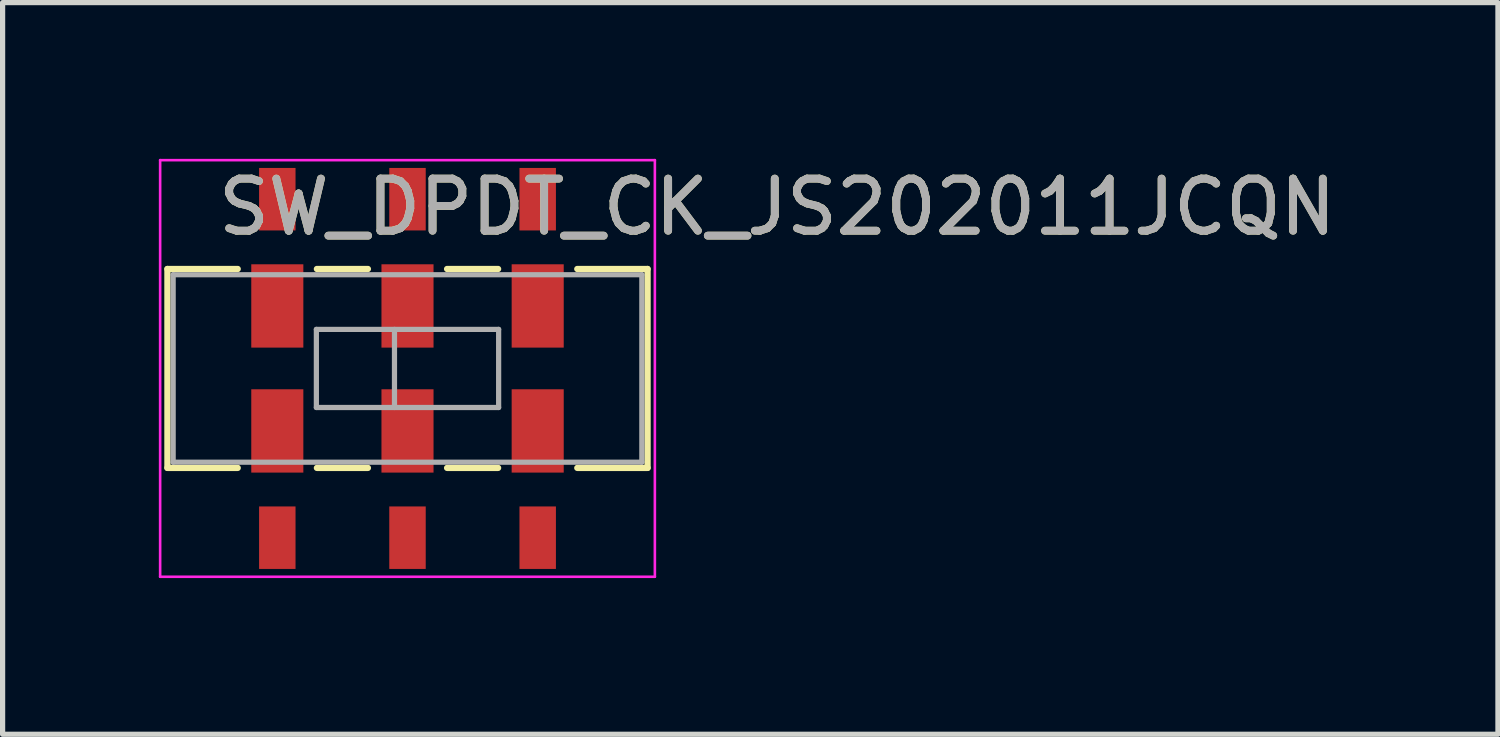
<source format=kicad_pcb>
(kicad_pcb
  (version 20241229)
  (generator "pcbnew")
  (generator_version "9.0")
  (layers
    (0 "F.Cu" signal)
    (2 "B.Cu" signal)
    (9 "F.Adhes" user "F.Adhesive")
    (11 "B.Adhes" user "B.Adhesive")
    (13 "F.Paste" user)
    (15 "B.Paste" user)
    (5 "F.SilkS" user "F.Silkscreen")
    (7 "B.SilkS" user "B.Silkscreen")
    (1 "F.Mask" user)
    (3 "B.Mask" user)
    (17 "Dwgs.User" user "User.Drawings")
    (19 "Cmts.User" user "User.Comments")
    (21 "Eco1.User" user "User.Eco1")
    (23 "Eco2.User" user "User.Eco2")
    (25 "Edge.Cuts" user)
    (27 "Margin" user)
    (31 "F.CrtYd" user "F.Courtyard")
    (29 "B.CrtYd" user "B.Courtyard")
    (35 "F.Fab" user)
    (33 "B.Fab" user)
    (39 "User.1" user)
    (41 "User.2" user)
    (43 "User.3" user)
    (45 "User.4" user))
  (footprint "SW_DPDT_CK_JS202011JCQN"
    (layer "F.Cu")
    (at 4.775 4.025)
    (property "Reference" "SW_DPDT_CK_JS202011JCQN" (at 7.1 -3.1 0) (layer "F.SilkS") (effects (font (size 1 1) (thickness 0.15))))
    (attr smd)
    (fp_line (start -4.61 -1.91) (end -4.61 1.91) (stroke (width 0.12) (type solid)) (layer "F.SilkS"))
    (fp_line (start -4.61 1.91) (end -3.26 1.91) (stroke (width 0.12) (type solid)) (layer "F.SilkS"))
    (fp_line (start -3.26 -1.91) (end -4.61 -1.91) (stroke (width 0.12) (type solid)) (layer "F.SilkS"))
    (fp_line (start -0.76 -1.91) (end -1.74 -1.91) (stroke (width 0.12) (type solid)) (layer "F.SilkS"))
    (fp_line (start -0.76 1.91) (end -1.74 1.91) (stroke (width 0.12) (type solid)) (layer "F.SilkS"))
    (fp_line (start 1.74 -1.91) (end 0.76 -1.91) (stroke (width 0.12) (type solid)) (layer "F.SilkS"))
    (fp_line (start 1.74 1.91) (end 0.76 1.91) (stroke (width 0.12) (type solid)) (layer "F.SilkS"))
    (fp_line (start 4.61 -1.91) (end 3.26 -1.91) (stroke (width 0.12) (type solid)) (layer "F.SilkS"))
    (fp_line (start 4.61 -1.91) (end 4.61 1.91) (stroke (width 0.12) (type solid)) (layer "F.SilkS"))
    (fp_line (start 4.61 1.91) (end 3.26 1.91) (stroke (width 0.12) (type solid)) (layer "F.SilkS"))
    (fp_line (start -4.75 -4) (end -4.75 4) (stroke (width 0.05) (type solid)) (layer "F.CrtYd"))
    (fp_line (start -4.75 -4) (end 4.75 -4) (stroke (width 0.05) (type solid)) (layer "F.CrtYd"))
    (fp_line (start 4.75 -4) (end 4.75 4) (stroke (width 0.05) (type solid)) (layer "F.CrtYd"))
    (fp_line (start 4.75 4) (end -4.75 4) (stroke (width 0.05) (type solid)) (layer "F.CrtYd"))
    (fp_line (start -4.5 -1.8) (end 4.5 -1.8) (stroke (width 0.1) (type solid)) (layer "F.Fab"))
    (fp_line (start -4.5 1.8) (end -4.5 -1.8) (stroke (width 0.1) (type solid)) (layer "F.Fab"))
    (fp_line (start -1.75 -0.75) (end -1.75 0.75) (stroke (width 0.1) (type solid)) (layer "F.Fab"))
    (fp_line (start -1.75 -0.75) (end 1.75 -0.75) (stroke (width 0.1) (type solid)) (layer "F.Fab"))
    (fp_line (start -0.25 -0.75) (end -0.25 0.75) (stroke (width 0.1) (type solid)) (layer "F.Fab"))
    (fp_line (start 1.75 -0.75) (end 1.75 0.75) (stroke (width 0.1) (type solid)) (layer "F.Fab"))
    (fp_line (start 1.75 0.75) (end -1.75 0.75) (stroke (width 0.1) (type solid)) (layer "F.Fab"))
    (fp_line (start 4.5 -1.8) (end 4.5 1.8) (stroke (width 0.1) (type solid)) (layer "F.Fab"))
    (fp_line (start 4.5 1.8) (end -4.5 1.8) (stroke (width 0.1) (type solid)) (layer "F.Fab"))
    (fp_text user "${REFERENCE}" (at 7.1 -3.1 0) (layer "F.Fab") (effects (font (size 1 1) (thickness 0.15))))
    (pad "1" smd rect (at -2.5 -3.25) (size 0.7 1.2) (layers "F.Cu" "F.Mask" "F.Paste"))
    (pad "1" smd rect (at -2.5 -1.2) (size 1 1.6) (layers "F.Cu" "F.Mask" "F.Paste"))
    (pad "2" smd rect (at 0 -3.25) (size 0.7 1.2) (layers "F.Cu" "F.Mask" "F.Paste"))
    (pad "2" smd rect (at 0 -1.2) (size 1 1.6) (layers "F.Cu" "F.Mask" "F.Paste"))
    (pad "3" smd rect (at 2.5 -3.25) (size 0.7 1.2) (layers "F.Cu" "F.Mask" "F.Paste"))
    (pad "3" smd rect (at 2.5 -1.2) (size 1 1.6) (layers "F.Cu" "F.Mask" "F.Paste"))
    (pad "4" smd rect (at -2.5 1.2) (size 1 1.6) (layers "F.Cu" "F.Mask" "F.Paste"))
    (pad "4" smd rect (at -2.5 3.25) (size 0.7 1.2) (layers "F.Cu" "F.Mask" "F.Paste"))
    (pad "5" smd rect (at 0 1.2) (size 1 1.6) (layers "F.Cu" "F.Mask" "F.Paste"))
    (pad "5" smd rect (at 0 3.25) (size 0.7 1.2) (layers "F.Cu" "F.Mask" "F.Paste"))
    (pad "6" smd rect (at 2.5 1.2) (size 1 1.6) (layers "F.Cu" "F.Mask" "F.Paste"))
    (pad "6" smd rect (at 2.5 3.25) (size 0.7 1.2) (layers "F.Cu" "F.Mask" "F.Paste")))
  (gr_rect
    (start -3 -3)
    (end 25.714 11.05)
    (stroke (width 0.1) (type default))
    (fill no)
    (layer "Edge.Cuts")))
</source>
